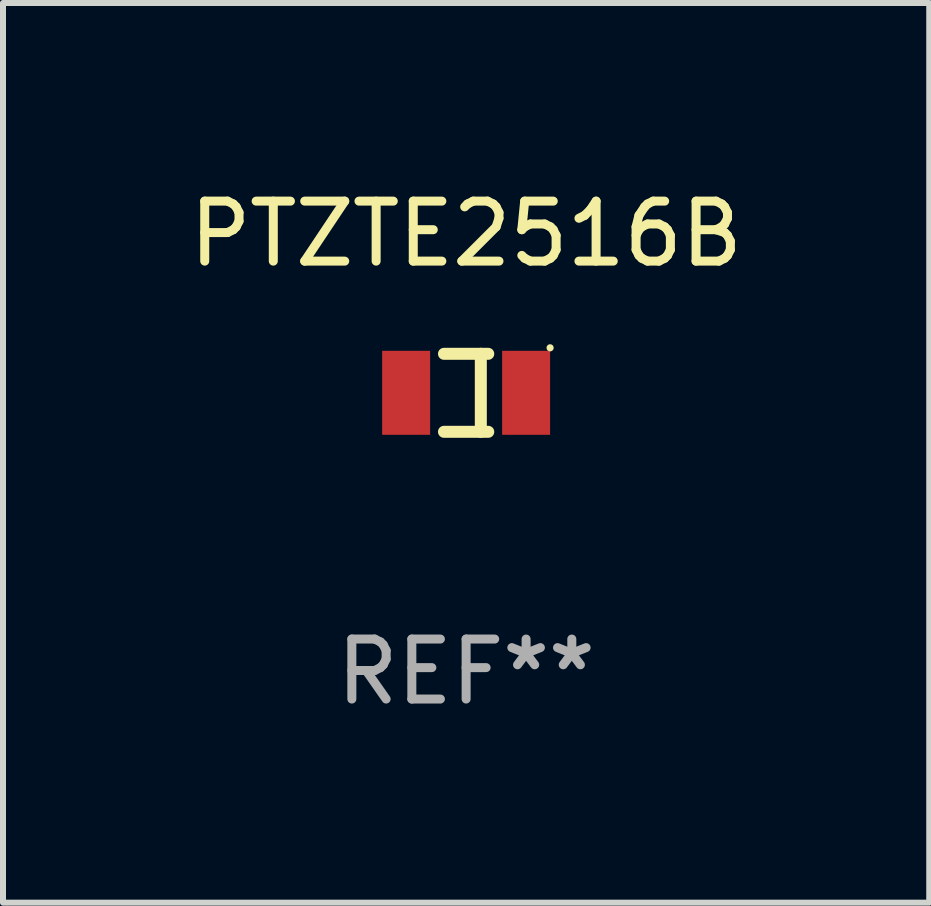
<source format=kicad_pcb>
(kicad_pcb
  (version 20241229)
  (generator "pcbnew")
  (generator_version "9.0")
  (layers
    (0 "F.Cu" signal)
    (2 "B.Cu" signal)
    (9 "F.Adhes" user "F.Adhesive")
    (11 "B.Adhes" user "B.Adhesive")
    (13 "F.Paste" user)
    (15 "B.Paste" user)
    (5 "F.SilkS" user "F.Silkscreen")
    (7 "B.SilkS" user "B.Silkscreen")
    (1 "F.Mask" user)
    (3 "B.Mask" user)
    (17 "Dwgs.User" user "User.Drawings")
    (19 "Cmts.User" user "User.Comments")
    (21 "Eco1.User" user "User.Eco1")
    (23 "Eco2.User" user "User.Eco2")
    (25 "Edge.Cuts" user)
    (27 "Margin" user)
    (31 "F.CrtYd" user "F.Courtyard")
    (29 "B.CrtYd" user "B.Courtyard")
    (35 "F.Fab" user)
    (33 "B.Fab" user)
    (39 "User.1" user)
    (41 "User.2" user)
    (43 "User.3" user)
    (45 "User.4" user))
  (footprint "PTZTE2516B"
    (layer "F.Cu")
    (at 4.72 3.498)
    (property "Reference" "PTZTE2516B" (at 0 -2.65 0) (layer "F.SilkS") (effects (font (size 1 1) (thickness 0.15))))
    (attr through_hole)
    (fp_line (start 0.245 0.65) (end 0.245 -0.65) (stroke (width 0.2) (type solid)) (layer "F.SilkS"))
    (fp_line (start 0.369 -0.65) (end -0.369 -0.65) (stroke (width 0.2) (type solid)) (layer "F.SilkS"))
    (fp_line (start 0.369 0.65) (end -0.369 0.65) (stroke (width 0.2) (type solid)) (layer "F.SilkS"))
    (fp_circle (center 1.4 -0.75) (end 1.43 -0.75) (stroke (width 0.06) (type solid)) (fill no) (layer "F.SilkS"))
    (fp_text user "REF**" (at 0 4.65 0) (layer "F.Fab") (effects (font (size 1 1) (thickness 0.15))))
    (pad "1" smd rect (at 1 0 180) (size 0.8 1.4) (layers "F.Cu" "F.Mask" "F.Paste"))
    (pad "2" smd rect (at -1 0 180) (size 0.8 1.4) (layers "F.Cu" "F.Mask" "F.Paste")))
  (gr_rect
    (start -3 -3)
    (end 12.44 11.997)
    (stroke (width 0.1) (type default))
    (fill no)
    (layer "Edge.Cuts")))
</source>
